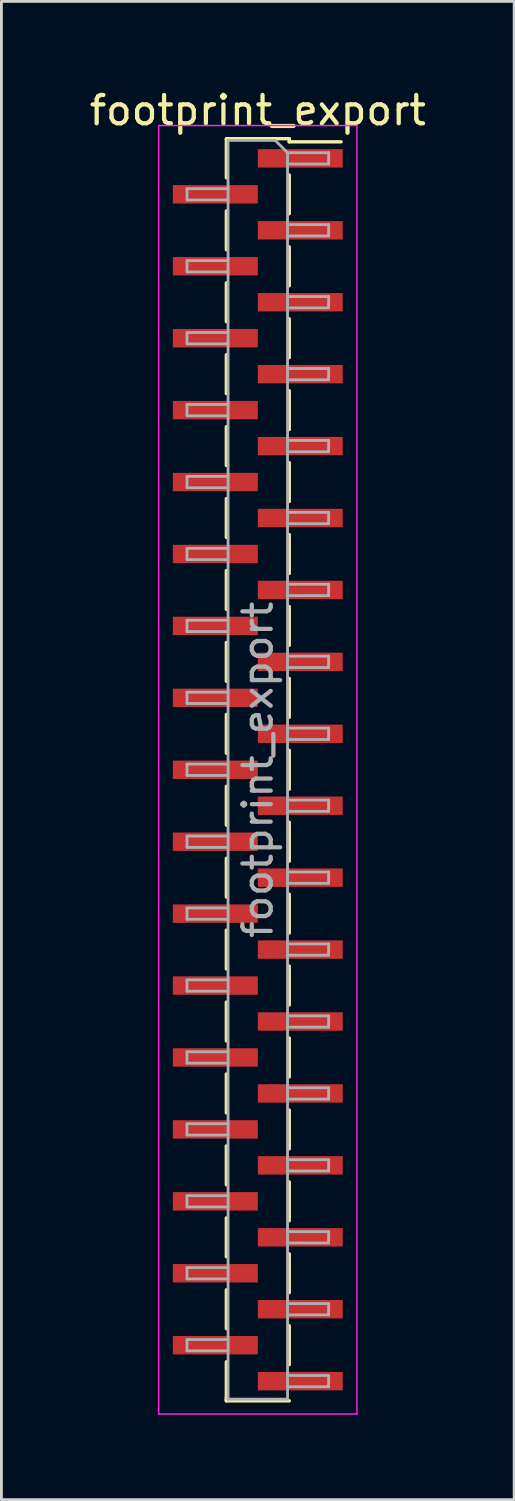
<source format=kicad_pcb>
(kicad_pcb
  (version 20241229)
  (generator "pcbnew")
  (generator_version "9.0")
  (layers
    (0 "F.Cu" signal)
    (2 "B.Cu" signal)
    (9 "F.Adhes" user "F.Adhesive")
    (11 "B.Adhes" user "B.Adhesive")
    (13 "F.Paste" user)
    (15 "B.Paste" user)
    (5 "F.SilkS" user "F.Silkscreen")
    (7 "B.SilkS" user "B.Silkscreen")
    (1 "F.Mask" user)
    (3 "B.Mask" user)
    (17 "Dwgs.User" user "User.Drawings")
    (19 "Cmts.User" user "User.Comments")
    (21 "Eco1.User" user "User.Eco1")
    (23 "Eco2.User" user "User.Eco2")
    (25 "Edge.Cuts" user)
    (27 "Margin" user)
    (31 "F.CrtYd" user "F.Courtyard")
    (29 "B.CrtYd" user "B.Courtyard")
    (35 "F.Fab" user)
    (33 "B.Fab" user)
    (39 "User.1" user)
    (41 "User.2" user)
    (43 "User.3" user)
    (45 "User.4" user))
  (footprint "footprint_export"
    (layer "F.Cu")
    (at 6.054 24.133)
    (property "Reference" "footprint_export" (at 0 -23.285 0) (layer "F.SilkS") (effects (font (size 1 1) (thickness 0.15))))
    (attr smd)
    (fp_line (start -1.11 -22.285) (end 1.11 -22.285) (stroke (width 0.12) (type solid)) (layer "F.SilkS"))
    (fp_line (start -1.11 -22.275) (end -1.11 -20.905) (stroke (width 0.12) (type solid)) (layer "F.SilkS"))
    (fp_line (start -1.11 -19.735) (end -1.11 -18.365) (stroke (width 0.12) (type solid)) (layer "F.SilkS"))
    (fp_line (start -1.11 -17.195) (end -1.11 -15.825) (stroke (width 0.12) (type solid)) (layer "F.SilkS"))
    (fp_line (start -1.11 -14.655) (end -1.11 -13.285) (stroke (width 0.12) (type solid)) (layer "F.SilkS"))
    (fp_line (start -1.11 -12.115) (end -1.11 -10.745) (stroke (width 0.12) (type solid)) (layer "F.SilkS"))
    (fp_line (start -1.11 -9.575) (end -1.11 -8.205) (stroke (width 0.12) (type solid)) (layer "F.SilkS"))
    (fp_line (start -1.11 -7.035) (end -1.11 -5.665) (stroke (width 0.12) (type solid)) (layer "F.SilkS"))
    (fp_line (start -1.11 -4.495) (end -1.11 -3.125) (stroke (width 0.12) (type solid)) (layer "F.SilkS"))
    (fp_line (start -1.11 -1.955) (end -1.11 -0.585) (stroke (width 0.12) (type solid)) (layer "F.SilkS"))
    (fp_line (start -1.11 0.585) (end -1.11 1.955) (stroke (width 0.12) (type solid)) (layer "F.SilkS"))
    (fp_line (start -1.11 3.125) (end -1.11 4.495) (stroke (width 0.12) (type solid)) (layer "F.SilkS"))
    (fp_line (start -1.11 5.665) (end -1.11 7.035) (stroke (width 0.12) (type solid)) (layer "F.SilkS"))
    (fp_line (start -1.11 8.205) (end -1.11 9.575) (stroke (width 0.12) (type solid)) (layer "F.SilkS"))
    (fp_line (start -1.11 10.745) (end -1.11 12.115) (stroke (width 0.12) (type solid)) (layer "F.SilkS"))
    (fp_line (start -1.11 13.285) (end -1.11 14.655) (stroke (width 0.12) (type solid)) (layer "F.SilkS"))
    (fp_line (start -1.11 15.825) (end -1.11 17.195) (stroke (width 0.12) (type solid)) (layer "F.SilkS"))
    (fp_line (start -1.11 18.365) (end -1.11 19.735) (stroke (width 0.12) (type solid)) (layer "F.SilkS"))
    (fp_line (start -1.11 20.905) (end -1.11 22.275) (stroke (width 0.12) (type solid)) (layer "F.SilkS"))
    (fp_line (start -1.11 22.175) (end -1.11 22.285) (stroke (width 0.12) (type solid)) (layer "F.SilkS"))
    (fp_line (start -1.11 22.285) (end 1.11 22.285) (stroke (width 0.12) (type solid)) (layer "F.SilkS"))
    (fp_line (start 1.11 -22.285) (end 1.11 -22.175) (stroke (width 0.12) (type solid)) (layer "F.SilkS"))
    (fp_line (start 1.11 -22.175) (end 2.94 -22.175) (stroke (width 0.12) (type solid)) (layer "F.SilkS"))
    (fp_line (start 1.11 -21.005) (end 1.11 -19.635) (stroke (width 0.12) (type solid)) (layer "F.SilkS"))
    (fp_line (start 1.11 -18.465) (end 1.11 -17.095) (stroke (width 0.12) (type solid)) (layer "F.SilkS"))
    (fp_line (start 1.11 -15.925) (end 1.11 -14.555) (stroke (width 0.12) (type solid)) (layer "F.SilkS"))
    (fp_line (start 1.11 -13.385) (end 1.11 -12.015) (stroke (width 0.12) (type solid)) (layer "F.SilkS"))
    (fp_line (start 1.11 -10.845) (end 1.11 -9.475) (stroke (width 0.12) (type solid)) (layer "F.SilkS"))
    (fp_line (start 1.11 -8.305) (end 1.11 -6.935) (stroke (width 0.12) (type solid)) (layer "F.SilkS"))
    (fp_line (start 1.11 -5.765) (end 1.11 -4.395) (stroke (width 0.12) (type solid)) (layer "F.SilkS"))
    (fp_line (start 1.11 -3.225) (end 1.11 -1.855) (stroke (width 0.12) (type solid)) (layer "F.SilkS"))
    (fp_line (start 1.11 -0.685) (end 1.11 0.685) (stroke (width 0.12) (type solid)) (layer "F.SilkS"))
    (fp_line (start 1.11 1.855) (end 1.11 3.225) (stroke (width 0.12) (type solid)) (layer "F.SilkS"))
    (fp_line (start 1.11 4.395) (end 1.11 5.765) (stroke (width 0.12) (type solid)) (layer "F.SilkS"))
    (fp_line (start 1.11 6.935) (end 1.11 8.305) (stroke (width 0.12) (type solid)) (layer "F.SilkS"))
    (fp_line (start 1.11 9.475) (end 1.11 10.845) (stroke (width 0.12) (type solid)) (layer "F.SilkS"))
    (fp_line (start 1.11 12.015) (end 1.11 13.385) (stroke (width 0.12) (type solid)) (layer "F.SilkS"))
    (fp_line (start 1.11 14.555) (end 1.11 15.925) (stroke (width 0.12) (type solid)) (layer "F.SilkS"))
    (fp_line (start 1.11 17.095) (end 1.11 18.465) (stroke (width 0.12) (type solid)) (layer "F.SilkS"))
    (fp_line (start 1.11 19.635) (end 1.11 21.005) (stroke (width 0.12) (type solid)) (layer "F.SilkS"))
    (fp_line (start -3.5 -22.75) (end -3.5 22.75) (stroke (width 0.05) (type solid)) (layer "F.CrtYd"))
    (fp_line (start -3.5 22.75) (end 3.5 22.75) (stroke (width 0.05) (type solid)) (layer "F.CrtYd"))
    (fp_line (start 3.5 -22.75) (end -3.5 -22.75) (stroke (width 0.05) (type solid)) (layer "F.CrtYd"))
    (fp_line (start 3.5 22.75) (end 3.5 -22.75) (stroke (width 0.05) (type solid)) (layer "F.CrtYd"))
    (fp_line (start -2.5 -20.52) (end -2.5 -20.12) (stroke (width 0.1) (type solid)) (layer "F.Fab"))
    (fp_line (start -2.5 -20.12) (end -1.05 -20.12) (stroke (width 0.1) (type solid)) (layer "F.Fab"))
    (fp_line (start -2.5 -17.98) (end -2.5 -17.58) (stroke (width 0.1) (type solid)) (layer "F.Fab"))
    (fp_line (start -2.5 -17.58) (end -1.05 -17.58) (stroke (width 0.1) (type solid)) (layer "F.Fab"))
    (fp_line (start -2.5 -15.44) (end -2.5 -15.04) (stroke (width 0.1) (type solid)) (layer "F.Fab"))
    (fp_line (start -2.5 -15.04) (end -1.05 -15.04) (stroke (width 0.1) (type solid)) (layer "F.Fab"))
    (fp_line (start -2.5 -12.9) (end -2.5 -12.5) (stroke (width 0.1) (type solid)) (layer "F.Fab"))
    (fp_line (start -2.5 -12.5) (end -1.05 -12.5) (stroke (width 0.1) (type solid)) (layer "F.Fab"))
    (fp_line (start -2.5 -10.36) (end -2.5 -9.96) (stroke (width 0.1) (type solid)) (layer "F.Fab"))
    (fp_line (start -2.5 -9.96) (end -1.05 -9.96) (stroke (width 0.1) (type solid)) (layer "F.Fab"))
    (fp_line (start -2.5 -7.82) (end -2.5 -7.42) (stroke (width 0.1) (type solid)) (layer "F.Fab"))
    (fp_line (start -2.5 -7.42) (end -1.05 -7.42) (stroke (width 0.1) (type solid)) (layer "F.Fab"))
    (fp_line (start -2.5 -5.28) (end -2.5 -4.88) (stroke (width 0.1) (type solid)) (layer "F.Fab"))
    (fp_line (start -2.5 -4.88) (end -1.05 -4.88) (stroke (width 0.1) (type solid)) (layer "F.Fab"))
    (fp_line (start -2.5 -2.74) (end -2.5 -2.34) (stroke (width 0.1) (type solid)) (layer "F.Fab"))
    (fp_line (start -2.5 -2.34) (end -1.05 -2.34) (stroke (width 0.1) (type solid)) (layer "F.Fab"))
    (fp_line (start -2.5 -0.2) (end -2.5 0.2) (stroke (width 0.1) (type solid)) (layer "F.Fab"))
    (fp_line (start -2.5 0.2) (end -1.05 0.2) (stroke (width 0.1) (type solid)) (layer "F.Fab"))
    (fp_line (start -2.5 2.34) (end -2.5 2.74) (stroke (width 0.1) (type solid)) (layer "F.Fab"))
    (fp_line (start -2.5 2.74) (end -1.05 2.74) (stroke (width 0.1) (type solid)) (layer "F.Fab"))
    (fp_line (start -2.5 4.88) (end -2.5 5.28) (stroke (width 0.1) (type solid)) (layer "F.Fab"))
    (fp_line (start -2.5 5.28) (end -1.05 5.28) (stroke (width 0.1) (type solid)) (layer "F.Fab"))
    (fp_line (start -2.5 7.42) (end -2.5 7.82) (stroke (width 0.1) (type solid)) (layer "F.Fab"))
    (fp_line (start -2.5 7.82) (end -1.05 7.82) (stroke (width 0.1) (type solid)) (layer "F.Fab"))
    (fp_line (start -2.5 9.96) (end -2.5 10.36) (stroke (width 0.1) (type solid)) (layer "F.Fab"))
    (fp_line (start -2.5 10.36) (end -1.05 10.36) (stroke (width 0.1) (type solid)) (layer "F.Fab"))
    (fp_line (start -2.5 12.5) (end -2.5 12.9) (stroke (width 0.1) (type solid)) (layer "F.Fab"))
    (fp_line (start -2.5 12.9) (end -1.05 12.9) (stroke (width 0.1) (type solid)) (layer "F.Fab"))
    (fp_line (start -2.5 15.04) (end -2.5 15.44) (stroke (width 0.1) (type solid)) (layer "F.Fab"))
    (fp_line (start -2.5 15.44) (end -1.05 15.44) (stroke (width 0.1) (type solid)) (layer "F.Fab"))
    (fp_line (start -2.5 17.58) (end -2.5 17.98) (stroke (width 0.1) (type solid)) (layer "F.Fab"))
    (fp_line (start -2.5 17.98) (end -1.05 17.98) (stroke (width 0.1) (type solid)) (layer "F.Fab"))
    (fp_line (start -2.5 20.12) (end -2.5 20.52) (stroke (width 0.1) (type solid)) (layer "F.Fab"))
    (fp_line (start -2.5 20.52) (end -1.05 20.52) (stroke (width 0.1) (type solid)) (layer "F.Fab"))
    (fp_line (start -1.05 -22.225) (end -1.05 22.225) (stroke (width 0.1) (type solid)) (layer "F.Fab"))
    (fp_line (start -1.05 -22.225) (end 0.615 -22.225) (stroke (width 0.1) (type solid)) (layer "F.Fab"))
    (fp_line (start -1.05 -20.52) (end -2.5 -20.52) (stroke (width 0.1) (type solid)) (layer "F.Fab"))
    (fp_line (start -1.05 -17.98) (end -2.5 -17.98) (stroke (width 0.1) (type solid)) (layer "F.Fab"))
    (fp_line (start -1.05 -15.44) (end -2.5 -15.44) (stroke (width 0.1) (type solid)) (layer "F.Fab"))
    (fp_line (start -1.05 -12.9) (end -2.5 -12.9) (stroke (width 0.1) (type solid)) (layer "F.Fab"))
    (fp_line (start -1.05 -10.36) (end -2.5 -10.36) (stroke (width 0.1) (type solid)) (layer "F.Fab"))
    (fp_line (start -1.05 -7.82) (end -2.5 -7.82) (stroke (width 0.1) (type solid)) (layer "F.Fab"))
    (fp_line (start -1.05 -5.28) (end -2.5 -5.28) (stroke (width 0.1) (type solid)) (layer "F.Fab"))
    (fp_line (start -1.05 -2.74) (end -2.5 -2.74) (stroke (width 0.1) (type solid)) (layer "F.Fab"))
    (fp_line (start -1.05 -0.2) (end -2.5 -0.2) (stroke (width 0.1) (type solid)) (layer "F.Fab"))
    (fp_line (start -1.05 2.34) (end -2.5 2.34) (stroke (width 0.1) (type solid)) (layer "F.Fab"))
    (fp_line (start -1.05 4.88) (end -2.5 4.88) (stroke (width 0.1) (type solid)) (layer "F.Fab"))
    (fp_line (start -1.05 7.42) (end -2.5 7.42) (stroke (width 0.1) (type solid)) (layer "F.Fab"))
    (fp_line (start -1.05 9.96) (end -2.5 9.96) (stroke (width 0.1) (type solid)) (layer "F.Fab"))
    (fp_line (start -1.05 12.5) (end -2.5 12.5) (stroke (width 0.1) (type solid)) (layer "F.Fab"))
    (fp_line (start -1.05 15.04) (end -2.5 15.04) (stroke (width 0.1) (type solid)) (layer "F.Fab"))
    (fp_line (start -1.05 17.58) (end -2.5 17.58) (stroke (width 0.1) (type solid)) (layer "F.Fab"))
    (fp_line (start -1.05 20.12) (end -2.5 20.12) (stroke (width 0.1) (type solid)) (layer "F.Fab"))
    (fp_line (start 1.05 -21.79) (end 0.615 -22.225) (stroke (width 0.1) (type solid)) (layer "F.Fab"))
    (fp_line (start 1.05 -21.79) (end 2.5 -21.79) (stroke (width 0.1) (type solid)) (layer "F.Fab"))
    (fp_line (start 1.05 -19.25) (end 2.5 -19.25) (stroke (width 0.1) (type solid)) (layer "F.Fab"))
    (fp_line (start 1.05 -16.71) (end 2.5 -16.71) (stroke (width 0.1) (type solid)) (layer "F.Fab"))
    (fp_line (start 1.05 -14.17) (end 2.5 -14.17) (stroke (width 0.1) (type solid)) (layer "F.Fab"))
    (fp_line (start 1.05 -11.63) (end 2.5 -11.63) (stroke (width 0.1) (type solid)) (layer "F.Fab"))
    (fp_line (start 1.05 -9.09) (end 2.5 -9.09) (stroke (width 0.1) (type solid)) (layer "F.Fab"))
    (fp_line (start 1.05 -6.55) (end 2.5 -6.55) (stroke (width 0.1) (type solid)) (layer "F.Fab"))
    (fp_line (start 1.05 -4.01) (end 2.5 -4.01) (stroke (width 0.1) (type solid)) (layer "F.Fab"))
    (fp_line (start 1.05 -1.47) (end 2.5 -1.47) (stroke (width 0.1) (type solid)) (layer "F.Fab"))
    (fp_line (start 1.05 1.07) (end 2.5 1.07) (stroke (width 0.1) (type solid)) (layer "F.Fab"))
    (fp_line (start 1.05 3.61) (end 2.5 3.61) (stroke (width 0.1) (type solid)) (layer "F.Fab"))
    (fp_line (start 1.05 6.15) (end 2.5 6.15) (stroke (width 0.1) (type solid)) (layer "F.Fab"))
    (fp_line (start 1.05 8.69) (end 2.5 8.69) (stroke (width 0.1) (type solid)) (layer "F.Fab"))
    (fp_line (start 1.05 11.23) (end 2.5 11.23) (stroke (width 0.1) (type solid)) (layer "F.Fab"))
    (fp_line (start 1.05 13.77) (end 2.5 13.77) (stroke (width 0.1) (type solid)) (layer "F.Fab"))
    (fp_line (start 1.05 16.31) (end 2.5 16.31) (stroke (width 0.1) (type solid)) (layer "F.Fab"))
    (fp_line (start 1.05 18.85) (end 2.5 18.85) (stroke (width 0.1) (type solid)) (layer "F.Fab"))
    (fp_line (start 1.05 21.39) (end 2.5 21.39) (stroke (width 0.1) (type solid)) (layer "F.Fab"))
    (fp_line (start 1.05 22.225) (end -1.05 22.225) (stroke (width 0.1) (type solid)) (layer "F.Fab"))
    (fp_line (start 1.05 22.225) (end 1.05 -21.79) (stroke (width 0.1) (type solid)) (layer "F.Fab"))
    (fp_line (start 2.5 -21.79) (end 2.5 -21.39) (stroke (width 0.1) (type solid)) (layer "F.Fab"))
    (fp_line (start 2.5 -21.39) (end 1.05 -21.39) (stroke (width 0.1) (type solid)) (layer "F.Fab"))
    (fp_line (start 2.5 -19.25) (end 2.5 -18.85) (stroke (width 0.1) (type solid)) (layer "F.Fab"))
    (fp_line (start 2.5 -18.85) (end 1.05 -18.85) (stroke (width 0.1) (type solid)) (layer "F.Fab"))
    (fp_line (start 2.5 -16.71) (end 2.5 -16.31) (stroke (width 0.1) (type solid)) (layer "F.Fab"))
    (fp_line (start 2.5 -16.31) (end 1.05 -16.31) (stroke (width 0.1) (type solid)) (layer "F.Fab"))
    (fp_line (start 2.5 -14.17) (end 2.5 -13.77) (stroke (width 0.1) (type solid)) (layer "F.Fab"))
    (fp_line (start 2.5 -13.77) (end 1.05 -13.77) (stroke (width 0.1) (type solid)) (layer "F.Fab"))
    (fp_line (start 2.5 -11.63) (end 2.5 -11.23) (stroke (width 0.1) (type solid)) (layer "F.Fab"))
    (fp_line (start 2.5 -11.23) (end 1.05 -11.23) (stroke (width 0.1) (type solid)) (layer "F.Fab"))
    (fp_line (start 2.5 -9.09) (end 2.5 -8.69) (stroke (width 0.1) (type solid)) (layer "F.Fab"))
    (fp_line (start 2.5 -8.69) (end 1.05 -8.69) (stroke (width 0.1) (type solid)) (layer "F.Fab"))
    (fp_line (start 2.5 -6.55) (end 2.5 -6.15) (stroke (width 0.1) (type solid)) (layer "F.Fab"))
    (fp_line (start 2.5 -6.15) (end 1.05 -6.15) (stroke (width 0.1) (type solid)) (layer "F.Fab"))
    (fp_line (start 2.5 -4.01) (end 2.5 -3.61) (stroke (width 0.1) (type solid)) (layer "F.Fab"))
    (fp_line (start 2.5 -3.61) (end 1.05 -3.61) (stroke (width 0.1) (type solid)) (layer "F.Fab"))
    (fp_line (start 2.5 -1.47) (end 2.5 -1.07) (stroke (width 0.1) (type solid)) (layer "F.Fab"))
    (fp_line (start 2.5 -1.07) (end 1.05 -1.07) (stroke (width 0.1) (type solid)) (layer "F.Fab"))
    (fp_line (start 2.5 1.07) (end 2.5 1.47) (stroke (width 0.1) (type solid)) (layer "F.Fab"))
    (fp_line (start 2.5 1.47) (end 1.05 1.47) (stroke (width 0.1) (type solid)) (layer "F.Fab"))
    (fp_line (start 2.5 3.61) (end 2.5 4.01) (stroke (width 0.1) (type solid)) (layer "F.Fab"))
    (fp_line (start 2.5 4.01) (end 1.05 4.01) (stroke (width 0.1) (type solid)) (layer "F.Fab"))
    (fp_line (start 2.5 6.15) (end 2.5 6.55) (stroke (width 0.1) (type solid)) (layer "F.Fab"))
    (fp_line (start 2.5 6.55) (end 1.05 6.55) (stroke (width 0.1) (type solid)) (layer "F.Fab"))
    (fp_line (start 2.5 8.69) (end 2.5 9.09) (stroke (width 0.1) (type solid)) (layer "F.Fab"))
    (fp_line (start 2.5 9.09) (end 1.05 9.09) (stroke (width 0.1) (type solid)) (layer "F.Fab"))
    (fp_line (start 2.5 11.23) (end 2.5 11.63) (stroke (width 0.1) (type solid)) (layer "F.Fab"))
    (fp_line (start 2.5 11.63) (end 1.05 11.63) (stroke (width 0.1) (type solid)) (layer "F.Fab"))
    (fp_line (start 2.5 13.77) (end 2.5 14.17) (stroke (width 0.1) (type solid)) (layer "F.Fab"))
    (fp_line (start 2.5 14.17) (end 1.05 14.17) (stroke (width 0.1) (type solid)) (layer "F.Fab"))
    (fp_line (start 2.5 16.31) (end 2.5 16.71) (stroke (width 0.1) (type solid)) (layer "F.Fab"))
    (fp_line (start 2.5 16.71) (end 1.05 16.71) (stroke (width 0.1) (type solid)) (layer "F.Fab"))
    (fp_line (start 2.5 18.85) (end 2.5 19.25) (stroke (width 0.1) (type solid)) (layer "F.Fab"))
    (fp_line (start 2.5 19.25) (end 1.05 19.25) (stroke (width 0.1) (type solid)) (layer "F.Fab"))
    (fp_line (start 2.5 21.39) (end 2.5 21.79) (stroke (width 0.1) (type solid)) (layer "F.Fab"))
    (fp_line (start 2.5 21.79) (end 1.05 21.79) (stroke (width 0.1) (type solid)) (layer "F.Fab"))
    (fp_text user "${REFERENCE}" (at 0 0 90) (layer "F.Fab") (effects (font (size 1 1) (thickness 0.15))))
    (pad "1" smd rect (at 1.5 -21.59) (size 3 0.65) (layers "F.Cu" "F.Mask" "F.Paste"))
    (pad "2" smd rect (at -1.5 -20.32) (size 3 0.65) (layers "F.Cu" "F.Mask" "F.Paste"))
    (pad "3" smd rect (at 1.5 -19.05) (size 3 0.65) (layers "F.Cu" "F.Mask" "F.Paste"))
    (pad "4" smd rect (at -1.5 -17.78) (size 3 0.65) (layers "F.Cu" "F.Mask" "F.Paste"))
    (pad "5" smd rect (at 1.5 -16.51) (size 3 0.65) (layers "F.Cu" "F.Mask" "F.Paste"))
    (pad "6" smd rect (at -1.5 -15.24) (size 3 0.65) (layers "F.Cu" "F.Mask" "F.Paste"))
    (pad "7" smd rect (at 1.5 -13.97) (size 3 0.65) (layers "F.Cu" "F.Mask" "F.Paste"))
    (pad "8" smd rect (at -1.5 -12.7) (size 3 0.65) (layers "F.Cu" "F.Mask" "F.Paste"))
    (pad "9" smd rect (at 1.5 -11.43) (size 3 0.65) (layers "F.Cu" "F.Mask" "F.Paste"))
    (pad "10" smd rect (at -1.5 -10.16) (size 3 0.65) (layers "F.Cu" "F.Mask" "F.Paste"))
    (pad "11" smd rect (at 1.5 -8.89) (size 3 0.65) (layers "F.Cu" "F.Mask" "F.Paste"))
    (pad "12" smd rect (at -1.5 -7.62) (size 3 0.65) (layers "F.Cu" "F.Mask" "F.Paste"))
    (pad "13" smd rect (at 1.5 -6.35) (size 3 0.65) (layers "F.Cu" "F.Mask" "F.Paste"))
    (pad "14" smd rect (at -1.5 -5.08) (size 3 0.65) (layers "F.Cu" "F.Mask" "F.Paste"))
    (pad "15" smd rect (at 1.5 -3.81) (size 3 0.65) (layers "F.Cu" "F.Mask" "F.Paste"))
    (pad "16" smd rect (at -1.5 -2.54) (size 3 0.65) (layers "F.Cu" "F.Mask" "F.Paste"))
    (pad "17" smd rect (at 1.5 -1.27) (size 3 0.65) (layers "F.Cu" "F.Mask" "F.Paste"))
    (pad "18" smd rect (at -1.5 0) (size 3 0.65) (layers "F.Cu" "F.Mask" "F.Paste"))
    (pad "19" smd rect (at 1.5 1.27) (size 3 0.65) (layers "F.Cu" "F.Mask" "F.Paste"))
    (pad "20" smd rect (at -1.5 2.54) (size 3 0.65) (layers "F.Cu" "F.Mask" "F.Paste"))
    (pad "21" smd rect (at 1.5 3.81) (size 3 0.65) (layers "F.Cu" "F.Mask" "F.Paste"))
    (pad "22" smd rect (at -1.5 5.08) (size 3 0.65) (layers "F.Cu" "F.Mask" "F.Paste"))
    (pad "23" smd rect (at 1.5 6.35) (size 3 0.65) (layers "F.Cu" "F.Mask" "F.Paste"))
    (pad "24" smd rect (at -1.5 7.62) (size 3 0.65) (layers "F.Cu" "F.Mask" "F.Paste"))
    (pad "25" smd rect (at 1.5 8.89) (size 3 0.65) (layers "F.Cu" "F.Mask" "F.Paste"))
    (pad "26" smd rect (at -1.5 10.16) (size 3 0.65) (layers "F.Cu" "F.Mask" "F.Paste"))
    (pad "27" smd rect (at 1.5 11.43) (size 3 0.65) (layers "F.Cu" "F.Mask" "F.Paste"))
    (pad "28" smd rect (at -1.5 12.7) (size 3 0.65) (layers "F.Cu" "F.Mask" "F.Paste"))
    (pad "29" smd rect (at 1.5 13.97) (size 3 0.65) (layers "F.Cu" "F.Mask" "F.Paste"))
    (pad "30" smd rect (at -1.5 15.24) (size 3 0.65) (layers "F.Cu" "F.Mask" "F.Paste"))
    (pad "31" smd rect (at 1.5 16.51) (size 3 0.65) (layers "F.Cu" "F.Mask" "F.Paste"))
    (pad "32" smd rect (at -1.5 17.78) (size 3 0.65) (layers "F.Cu" "F.Mask" "F.Paste"))
    (pad "33" smd rect (at 1.5 19.05) (size 3 0.65) (layers "F.Cu" "F.Mask" "F.Paste"))
    (pad "34" smd rect (at -1.5 20.32) (size 3 0.65) (layers "F.Cu" "F.Mask" "F.Paste"))
    (pad "35" smd rect (at 1.5 21.59) (size 3 0.65) (layers "F.Cu" "F.Mask" "F.Paste")))
  (gr_rect
    (start -3 -3)
    (end 15.107 49.908)
    (stroke (width 0.1) (type default))
    (fill no)
    (layer "Edge.Cuts")))
</source>
